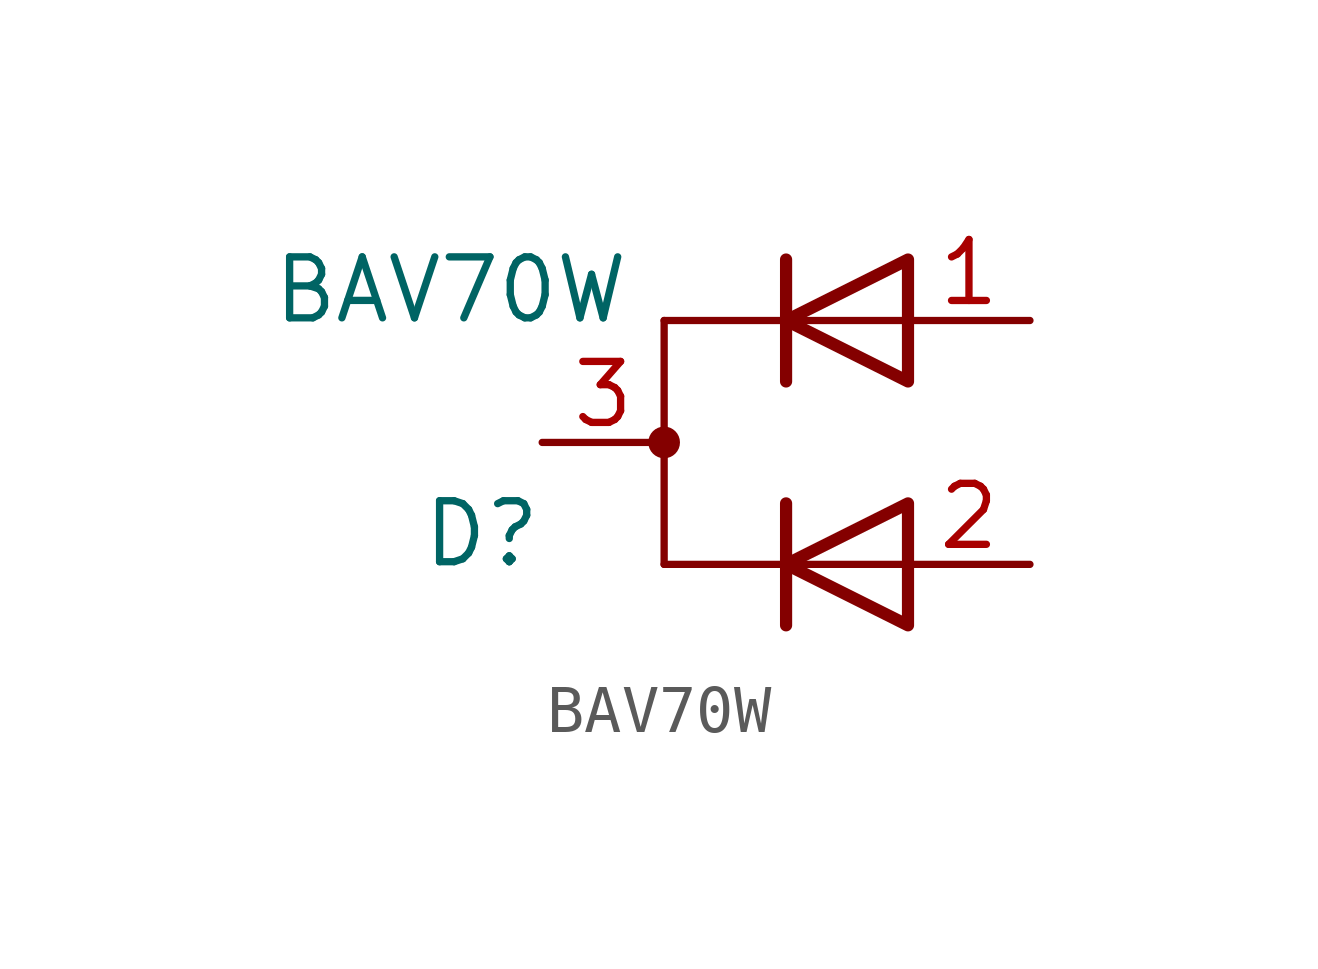
<source format=kicad_sym>
(kicad_symbol_lib
  (version 20211014)
  (generator kicad_symbol_editor)
  (symbol "BAV70W"
    (pin_names
      (offset 0.762) hide)
    (property "Reference" "D"
      (at -5.08 -1.905 0)
      (effects (font (size 1.27 1.27)) (justify left)))
    (property "Value" "BAV70W"
      (at -4.445 3.175 0)
      (effects (font (size 1.27 1.27))))
    (symbol "BAV70W_0_1"
      (polyline (pts (xy 5.08 2.54) (xy 0 2.54)) (stroke (width 0) (type default) (color 0 0 0 0)) (fill (type none)))
      (polyline (pts (xy 2.54 -3.81) (xy 2.54 -1.27) (xy 2.54 -1.27)) (stroke (width 0.254) (type default) (color 0 0 0 0)) (fill (type none)))
      (polyline (pts (xy 2.54 3.81) (xy 2.54 1.27) (xy 2.54 1.27)) (stroke (width 0.254) (type default) (color 0 0 0 0)) (fill (type none)))
      (polyline (pts (xy 5.08 -3.81) (xy 2.54 -2.54) (xy 5.08 -1.27) (xy 5.08 -3.81) (xy 5.08 -3.81) (xy 5.08 -3.81)) (stroke (width 0.254) (type default) (color 0 0 0 0)) (fill (type none)))
      (polyline (pts (xy 5.08 1.27) (xy 2.54 2.54) (xy 5.08 3.81) (xy 5.08 1.27) (xy 5.08 1.27) (xy 5.08 1.27)) (stroke (width 0.254) (type default) (color 0 0 0 0)) (fill (type none)))
      (circle (center 0 0) (radius 0.254) (stroke (width 0) (type default) (color 0 0 0 0)) (fill (type outline)))
      (pin passive line (at 7.62 2.54 180) (length 2.54) (name "A" (effects (font (size 1.27 1.27)))) (number "1" (effects (font (size 1.27 1.27)))))
      (pin passive line (at 7.62 -2.54 180) (length 2.54) (name "A" (effects (font (size 1.27 1.27)))) (number "2" (effects (font (size 1.27 1.27)))))
      (pin passive line (at -2.54 0 0) (length 2.54) (name "K" (effects (font (size 1.27 1.27)))) (number "3" (effects (font (size 1.27 1.27))))))
    (symbol "BAV70W_1_1"
      (polyline (pts (xy 0 2.54) (xy 0 -2.54)) (stroke (width 0) (type default) (color 0 0 0 0)) (fill (type none)))
      (polyline (pts (xy 5.08 -2.54) (xy 0 -2.54)) (stroke (width 0) (type default) (color 0 0 0 0)) (fill (type none))))))
</source>
